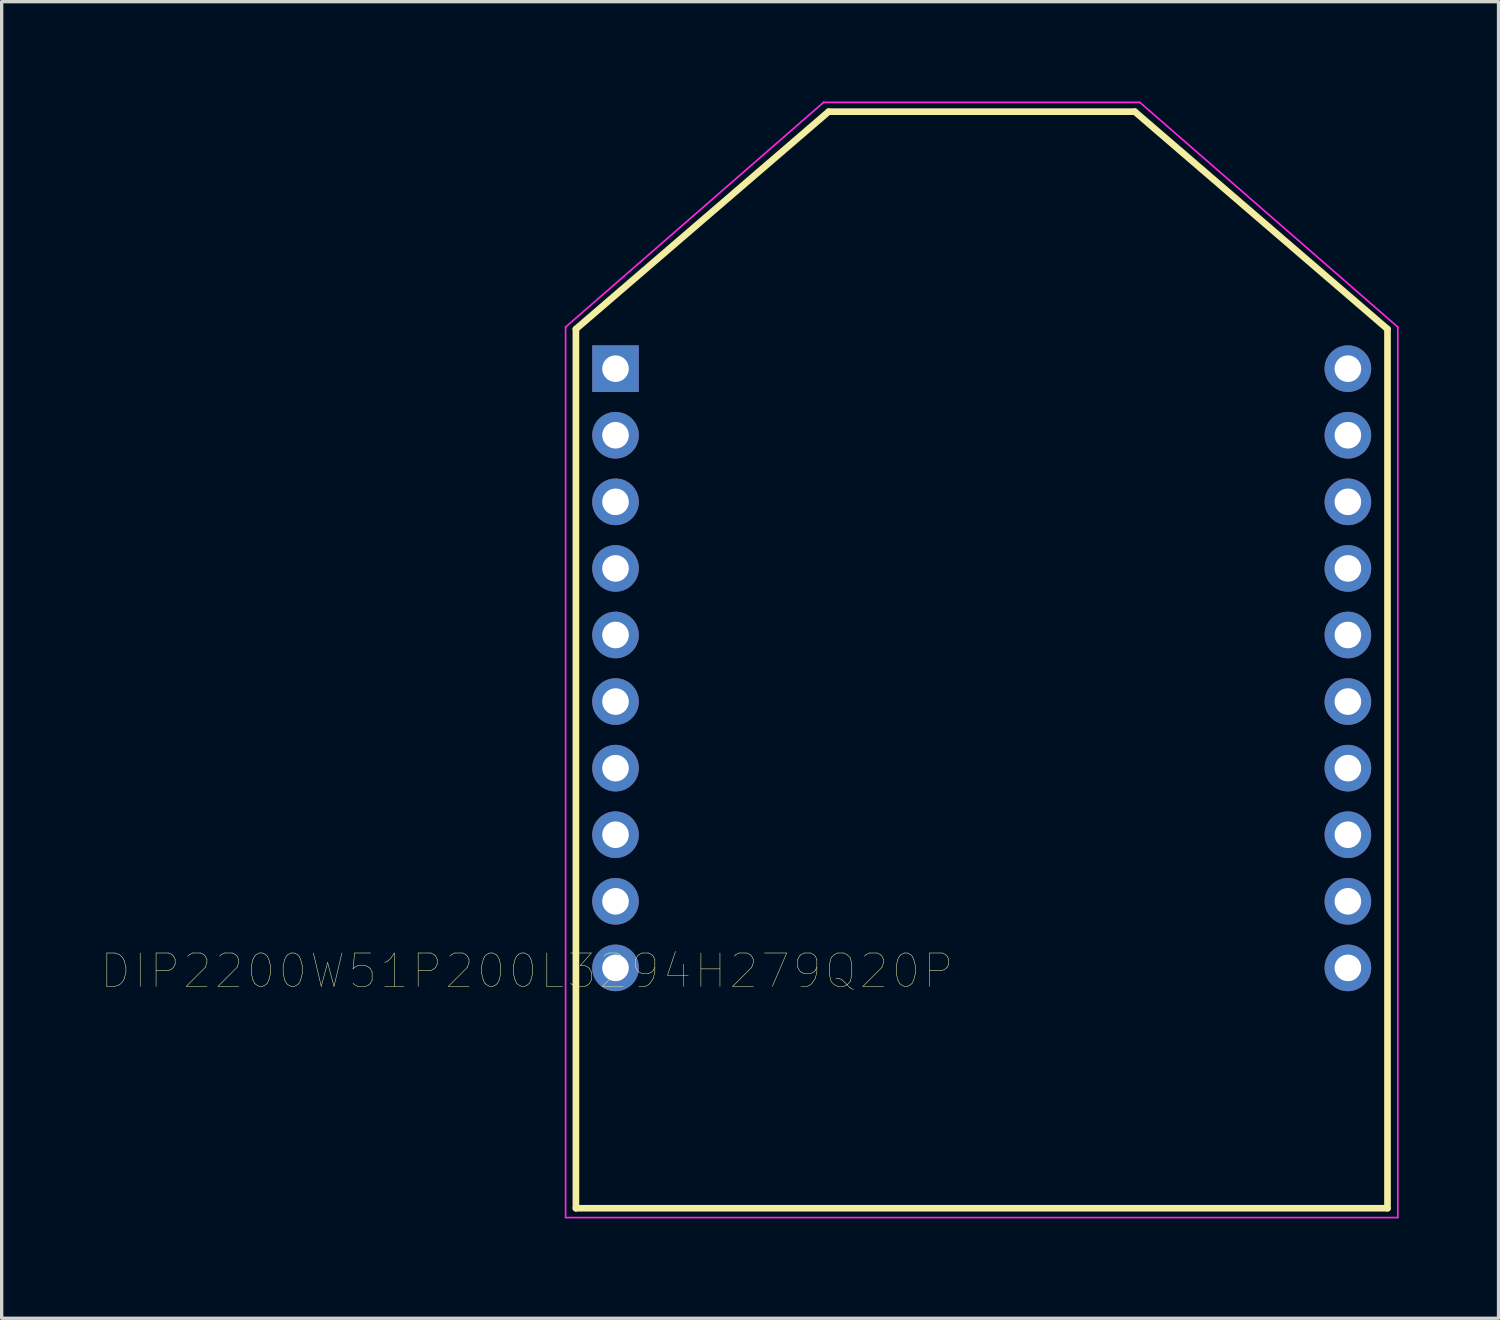
<source format=kicad_pcb>
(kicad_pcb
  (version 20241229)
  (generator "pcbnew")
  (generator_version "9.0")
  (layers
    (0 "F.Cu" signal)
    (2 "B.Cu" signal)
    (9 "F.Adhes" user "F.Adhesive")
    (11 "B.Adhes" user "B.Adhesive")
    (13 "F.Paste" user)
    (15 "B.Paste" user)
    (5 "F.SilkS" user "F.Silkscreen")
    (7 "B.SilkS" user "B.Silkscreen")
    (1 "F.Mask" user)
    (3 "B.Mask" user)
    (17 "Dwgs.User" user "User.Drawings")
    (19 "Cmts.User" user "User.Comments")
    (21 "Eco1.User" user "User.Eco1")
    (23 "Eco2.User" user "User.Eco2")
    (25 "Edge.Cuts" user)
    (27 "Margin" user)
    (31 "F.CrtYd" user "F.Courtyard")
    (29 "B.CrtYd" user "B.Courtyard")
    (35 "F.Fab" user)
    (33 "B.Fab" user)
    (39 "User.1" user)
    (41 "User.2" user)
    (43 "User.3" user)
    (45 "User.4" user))
  (footprint "DIP2200W51P200L3294H279Q20P"
    (layer "F.Cu")
    (at 26.44 16.775)
    (property "Reference" "DIP2200W51P200L3294H279Q20P" (at -13.66 9.342 180) (layer "F.SilkS") (effects (font (size 1.002 1.002) (thickness 0.015))))
    (attr through_hole)
    (fp_line (start -12.19 -9.94) (end -4.6 -16.47) (stroke (width 0.2) (type solid)) (layer "F.SilkS"))
    (fp_line (start -12.19 16.47) (end -12.19 -9.94) (stroke (width 0.2) (type solid)) (layer "F.SilkS"))
    (fp_line (start -4.6 -16.47) (end 4.6 -16.47) (stroke (width 0.2) (type solid)) (layer "F.SilkS"))
    (fp_line (start 12.19 -9.94) (end 4.6 -16.47) (stroke (width 0.2) (type solid)) (layer "F.SilkS"))
    (fp_line (start 12.19 -9.94) (end 12.19 16.47) (stroke (width 0.2) (type solid)) (layer "F.SilkS"))
    (fp_line (start 12.19 16.47) (end -12.19 16.47) (stroke (width 0.2) (type solid)) (layer "F.SilkS"))
    (fp_line (start -12.5 -10) (end -4.75 -16.75) (stroke (width 0.05) (type solid)) (layer "F.CrtYd"))
    (fp_line (start -12.5 16.75) (end -12.5 -10) (stroke (width 0.05) (type solid)) (layer "F.CrtYd"))
    (fp_line (start -4.75 -16.75) (end 4.75 -16.75) (stroke (width 0.05) (type solid)) (layer "F.CrtYd"))
    (fp_line (start 4.75 -16.75) (end 12.5 -10) (stroke (width 0.05) (type solid)) (layer "F.CrtYd"))
    (fp_line (start 12.5 -10) (end 12.5 16.75) (stroke (width 0.05) (type solid)) (layer "F.CrtYd"))
    (fp_line (start 12.5 16.75) (end -12.5 16.75) (stroke (width 0.05) (type solid)) (layer "F.CrtYd"))
    (pad "1" thru_hole rect (at -11 -8.75) (size 1.4 1.4) (drill 0.8) (layers "*.Cu" "*.Mask"))
    (pad "2" thru_hole circle (at -11 -6.75) (size 1.4 1.4) (drill 0.8) (layers "*.Cu" "*.Mask"))
    (pad "3" thru_hole circle (at -11 -4.75) (size 1.4 1.4) (drill 0.8) (layers "*.Cu" "*.Mask"))
    (pad "4" thru_hole circle (at -11 -2.75) (size 1.4 1.4) (drill 0.8) (layers "*.Cu" "*.Mask"))
    (pad "5" thru_hole circle (at -11 -0.75) (size 1.4 1.4) (drill 0.8) (layers "*.Cu" "*.Mask"))
    (pad "6" thru_hole circle (at -11 1.25) (size 1.4 1.4) (drill 0.8) (layers "*.Cu" "*.Mask"))
    (pad "7" thru_hole circle (at -11 3.25) (size 1.4 1.4) (drill 0.8) (layers "*.Cu" "*.Mask"))
    (pad "8" thru_hole circle (at -11 5.25) (size 1.4 1.4) (drill 0.8) (layers "*.Cu" "*.Mask"))
    (pad "9" thru_hole circle (at -11 7.25) (size 1.4 1.4) (drill 0.8) (layers "*.Cu" "*.Mask"))
    (pad "10" thru_hole circle (at -11 9.25) (size 1.4 1.4) (drill 0.8) (layers "*.Cu" "*.Mask"))
    (pad "11" thru_hole circle (at 11 9.25) (size 1.4 1.4) (drill 0.8) (layers "*.Cu" "*.Mask"))
    (pad "12" thru_hole circle (at 11 7.25) (size 1.4 1.4) (drill 0.8) (layers "*.Cu" "*.Mask"))
    (pad "13" thru_hole circle (at 11 5.25) (size 1.4 1.4) (drill 0.8) (layers "*.Cu" "*.Mask"))
    (pad "14" thru_hole circle (at 11 3.25) (size 1.4 1.4) (drill 0.8) (layers "*.Cu" "*.Mask"))
    (pad "15" thru_hole circle (at 11 1.25) (size 1.4 1.4) (drill 0.8) (layers "*.Cu" "*.Mask"))
    (pad "16" thru_hole circle (at 11 -0.75) (size 1.4 1.4) (drill 0.8) (layers "*.Cu" "*.Mask"))
    (pad "17" thru_hole circle (at 11 -2.75) (size 1.4 1.4) (drill 0.8) (layers "*.Cu" "*.Mask"))
    (pad "18" thru_hole circle (at 11 -4.75) (size 1.4 1.4) (drill 0.8) (layers "*.Cu" "*.Mask"))
    (pad "19" thru_hole circle (at 11 -6.75) (size 1.4 1.4) (drill 0.8) (layers "*.Cu" "*.Mask"))
    (pad "20" thru_hole circle (at 11 -8.75) (size 1.4 1.4) (drill 0.8) (layers "*.Cu" "*.Mask")))
  (gr_rect
    (start -3 -3)
    (end 41.965 36.55)
    (stroke (width 0.1) (type default))
    (fill no)
    (layer "Edge.Cuts")))
</source>
